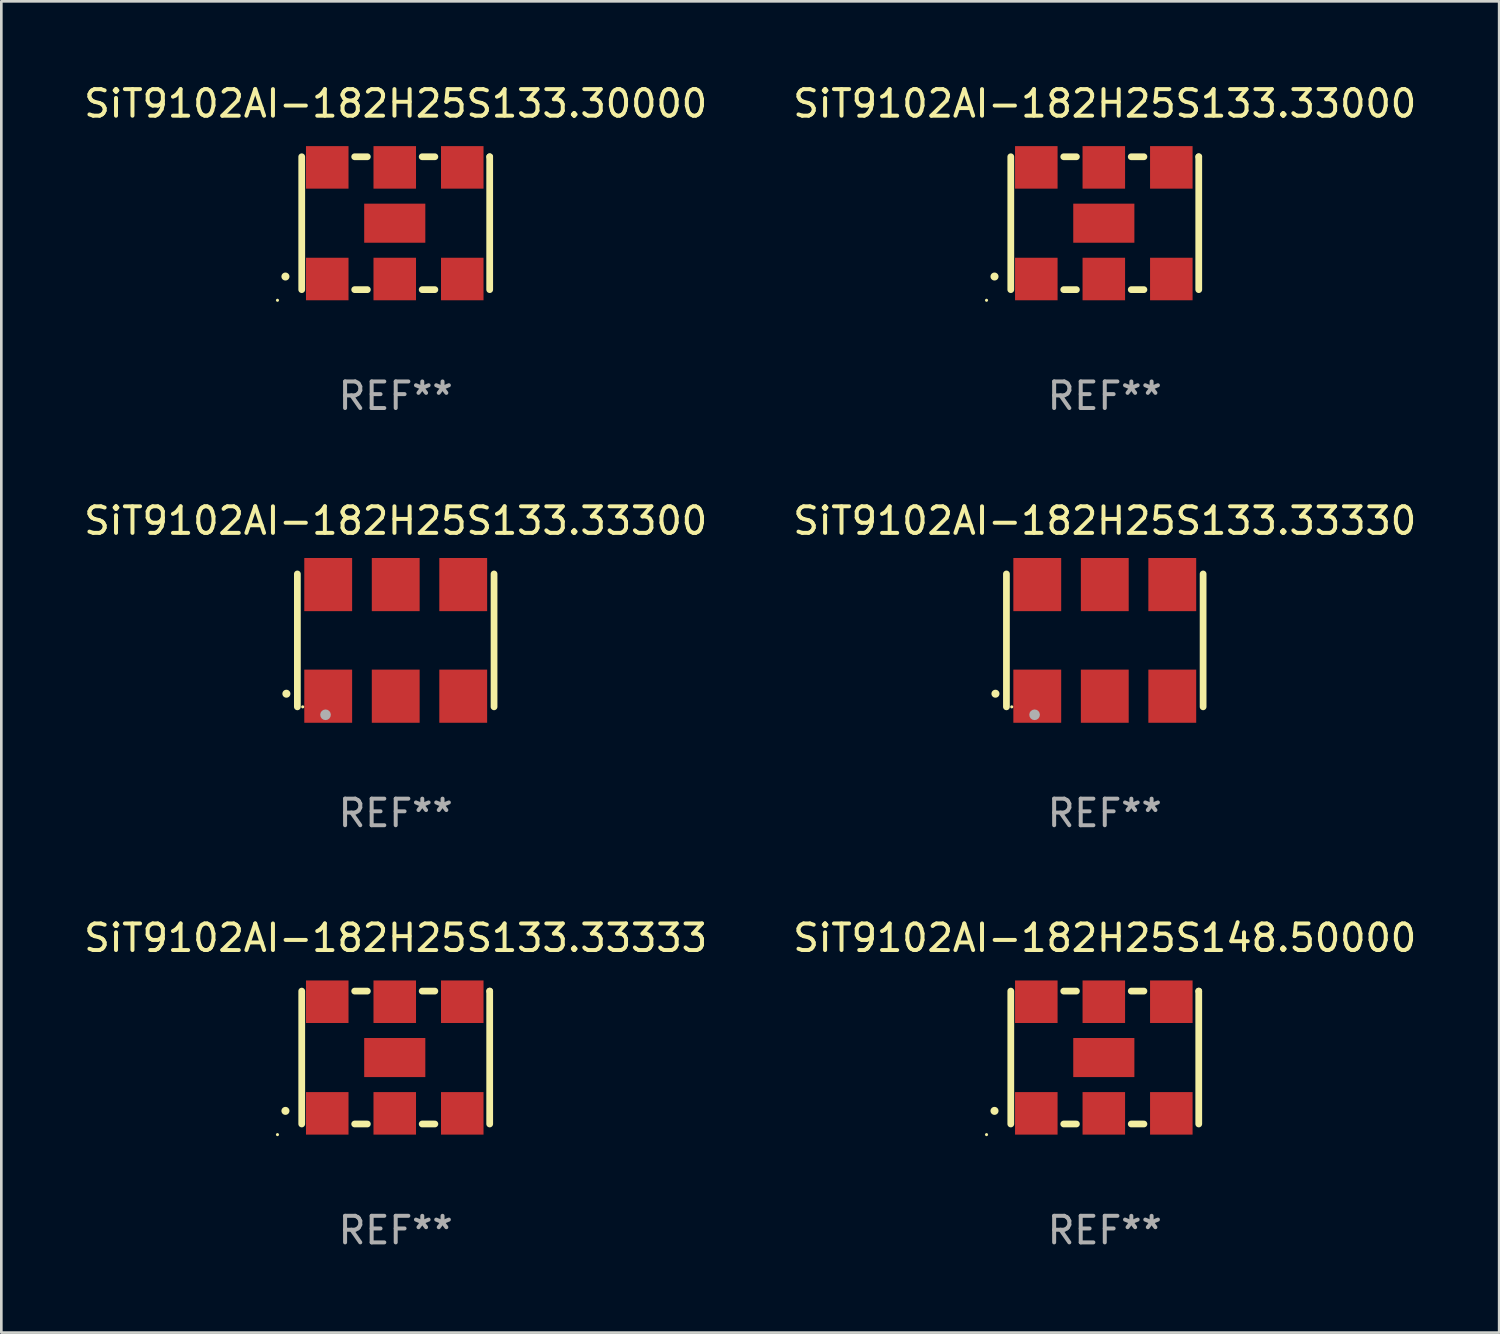
<source format=kicad_pcb>
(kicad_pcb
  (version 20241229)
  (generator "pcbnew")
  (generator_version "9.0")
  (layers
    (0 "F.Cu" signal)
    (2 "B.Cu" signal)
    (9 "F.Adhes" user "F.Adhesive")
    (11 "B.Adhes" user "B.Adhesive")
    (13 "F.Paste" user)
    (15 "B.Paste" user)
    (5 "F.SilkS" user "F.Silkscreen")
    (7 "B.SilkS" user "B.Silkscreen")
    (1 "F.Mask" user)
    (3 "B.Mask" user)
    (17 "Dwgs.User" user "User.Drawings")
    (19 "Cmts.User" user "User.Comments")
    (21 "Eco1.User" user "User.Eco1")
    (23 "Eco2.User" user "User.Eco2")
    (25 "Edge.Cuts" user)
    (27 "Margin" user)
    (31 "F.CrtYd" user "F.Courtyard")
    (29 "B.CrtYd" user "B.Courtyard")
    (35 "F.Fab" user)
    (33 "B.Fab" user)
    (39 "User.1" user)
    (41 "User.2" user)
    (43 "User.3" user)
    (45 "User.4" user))
  (footprint "SiT9102AI-182H25S133.33000"
    (layer "F.Cu")
    (at 38.518 5.348)
    (property "Reference" "SiT9102AI-182H25S133.33000" (at 0 -4.5 0) (layer "F.SilkS") (effects (font (size 1 1) (thickness 0.15))))
    (attr through_hole)
    (fp_line (start -3.536 -2.5) (end -3.536 2.5) (stroke (width 0.254) (type solid)) (layer "F.SilkS"))
    (fp_line (start -1.544 2.5) (end -1.067 2.5) (stroke (width 0.254) (type solid)) (layer "F.SilkS"))
    (fp_line (start -1.067 -2.5) (end -1.544 -2.5) (stroke (width 0.254) (type solid)) (layer "F.SilkS"))
    (fp_line (start 0.996 2.5) (end 1.473 2.5) (stroke (width 0.254) (type solid)) (layer "F.SilkS"))
    (fp_line (start 1.473 -2.5) (end 0.996 -2.5) (stroke (width 0.254) (type solid)) (layer "F.SilkS"))
    (fp_line (start 3.536 -2.5) (end 3.536 -2.5) (stroke (width 0.254) (type solid)) (layer "F.SilkS"))
    (fp_line (start 3.536 2.5) (end 3.536 -2.5) (stroke (width 0.254) (type solid)) (layer "F.SilkS"))
    (fp_arc (start -4.150432 2.006604) (mid -4.149162 2.006599) (end -4.147892 2.006604) (stroke (width 0.3) (type solid)) (layer "F.SilkS"))
    (fp_circle (center -4.449 2.9) (end -4.419 2.9) (stroke (width 0.06) (type solid)) (fill no) (layer "F.SilkS"))
    (fp_text user "REF**" (at 0 6.5 0) (layer "F.Fab") (effects (font (size 1 1) (thickness 0.15))))
    (pad "1" smd rect (at -2.576 2.1) (size 1.6 1.6) (layers "F.Cu" "F.Mask" "F.Paste"))
    (pad "2" smd rect (at -0.036 2.1) (size 1.6 1.6) (layers "F.Cu" "F.Mask" "F.Paste"))
    (pad "3" smd rect (at 2.504 2.1) (size 1.6 1.6) (layers "F.Cu" "F.Mask" "F.Paste"))
    (pad "4" smd rect (at 2.504 -2.1) (size 1.6 1.6) (layers "F.Cu" "F.Mask" "F.Paste"))
    (pad "5" smd rect (at -0.036 -2.1) (size 1.6 1.6) (layers "F.Cu" "F.Mask" "F.Paste"))
    (pad "6" smd rect (at -2.576 -2.1) (size 1.6 1.6) (layers "F.Cu" "F.Mask" "F.Paste"))
    (pad "7" smd rect (at -0.036 0) (size 2.3 1.47) (layers "F.Cu" "F.Mask" "F.Paste")))
  (footprint "SiT9102AI-182H25S133.33330"
    (layer "F.Cu")
    (at 38.518 21.045)
    (property "Reference" "SiT9102AI-182H25S133.33330" (at 0 -4.5 0) (layer "F.SilkS") (effects (font (size 1 1) (thickness 0.15))))
    (attr through_hole)
    (fp_line (start -3.7 -2.5) (end -3.7 2.5) (stroke (width 0.254) (type solid)) (layer "F.SilkS"))
    (fp_line (start 3.7 -2.5) (end 3.7 2.5) (stroke (width 0.254) (type solid)) (layer "F.SilkS"))
    (fp_arc (start -4.114415 2.006604) (mid -4.113145 2.006599) (end -4.111875 2.006604) (stroke (width 0.3) (type solid)) (layer "F.SilkS"))
    (fp_circle (center -3.5 2.501) (end -3.47 2.501) (stroke (width 0.06) (type solid)) (fill no) (layer "F.SilkS"))
    (fp_circle (center -2.641 2.799) (end -2.541 2.799) (stroke (width 0.2) (type solid)) (fill no) (layer "F.Fab"))
    (fp_text user "REF**" (at 0 6.5 0) (layer "F.Fab") (effects (font (size 1 1) (thickness 0.15))))
    (pad "1" smd rect (at -2.54 2.1) (size 1.8 2) (layers "F.Cu" "F.Mask" "F.Paste"))
    (pad "2" smd rect (at 0.000394 2.1) (size 1.8 2) (layers "F.Cu" "F.Mask" "F.Paste"))
    (pad "3" smd rect (at 2.54 2.1) (size 1.8 2) (layers "F.Cu" "F.Mask" "F.Paste"))
    (pad "4" smd rect (at 2.54 -2.1) (size 1.8 2) (layers "F.Cu" "F.Mask" "F.Paste"))
    (pad "5" smd rect (at 0.000394 -2.1) (size 1.8 2) (layers "F.Cu" "F.Mask" "F.Paste"))
    (pad "6" smd rect (at -2.54 -2.1) (size 1.8 2) (layers "F.Cu" "F.Mask" "F.Paste")))
  (footprint "SiT9102AI-182H25S133.33300"
    (layer "F.Cu")
    (at 11.839 21.045)
    (property "Reference" "SiT9102AI-182H25S133.33300" (at 0 -4.5 0) (layer "F.SilkS") (effects (font (size 1 1) (thickness 0.15))))
    (attr through_hole)
    (fp_line (start -3.7 -2.5) (end -3.7 2.5) (stroke (width 0.254) (type solid)) (layer "F.SilkS"))
    (fp_line (start 3.7 -2.5) (end 3.7 2.5) (stroke (width 0.254) (type solid)) (layer "F.SilkS"))
    (fp_arc (start -4.114415 2.006604) (mid -4.113145 2.006599) (end -4.111875 2.006604) (stroke (width 0.3) (type solid)) (layer "F.SilkS"))
    (fp_circle (center -3.5 2.501) (end -3.47 2.501) (stroke (width 0.06) (type solid)) (fill no) (layer "F.SilkS"))
    (fp_circle (center -2.641 2.799) (end -2.541 2.799) (stroke (width 0.2) (type solid)) (fill no) (layer "F.Fab"))
    (fp_text user "REF**" (at 0 6.5 0) (layer "F.Fab") (effects (font (size 1 1) (thickness 0.15))))
    (pad "1" smd rect (at -2.54 2.1) (size 1.8 2) (layers "F.Cu" "F.Mask" "F.Paste"))
    (pad "2" smd rect (at 0.000394 2.1) (size 1.8 2) (layers "F.Cu" "F.Mask" "F.Paste"))
    (pad "3" smd rect (at 2.54 2.1) (size 1.8 2) (layers "F.Cu" "F.Mask" "F.Paste"))
    (pad "4" smd rect (at 2.54 -2.1) (size 1.8 2) (layers "F.Cu" "F.Mask" "F.Paste"))
    (pad "5" smd rect (at 0.000394 -2.1) (size 1.8 2) (layers "F.Cu" "F.Mask" "F.Paste"))
    (pad "6" smd rect (at -2.54 -2.1) (size 1.8 2) (layers "F.Cu" "F.Mask" "F.Paste")))
  (footprint "SiT9102AI-182H25S148.50000"
    (layer "F.Cu")
    (at 38.518 36.741)
    (property "Reference" "SiT9102AI-182H25S148.50000" (at 0 -4.5 0) (layer "F.SilkS") (effects (font (size 1 1) (thickness 0.15))))
    (attr through_hole)
    (fp_line (start -3.536 -2.5) (end -3.536 2.5) (stroke (width 0.254) (type solid)) (layer "F.SilkS"))
    (fp_line (start -1.544 2.5) (end -1.067 2.5) (stroke (width 0.254) (type solid)) (layer "F.SilkS"))
    (fp_line (start -1.067 -2.5) (end -1.544 -2.5) (stroke (width 0.254) (type solid)) (layer "F.SilkS"))
    (fp_line (start 0.996 2.5) (end 1.473 2.5) (stroke (width 0.254) (type solid)) (layer "F.SilkS"))
    (fp_line (start 1.473 -2.5) (end 0.996 -2.5) (stroke (width 0.254) (type solid)) (layer "F.SilkS"))
    (fp_line (start 3.536 -2.5) (end 3.536 -2.5) (stroke (width 0.254) (type solid)) (layer "F.SilkS"))
    (fp_line (start 3.536 2.5) (end 3.536 -2.5) (stroke (width 0.254) (type solid)) (layer "F.SilkS"))
    (fp_arc (start -4.150432 2.006604) (mid -4.149162 2.006599) (end -4.147892 2.006604) (stroke (width 0.3) (type solid)) (layer "F.SilkS"))
    (fp_circle (center -4.449 2.9) (end -4.419 2.9) (stroke (width 0.06) (type solid)) (fill no) (layer "F.SilkS"))
    (fp_text user "REF**" (at 0 6.5 0) (layer "F.Fab") (effects (font (size 1 1) (thickness 0.15))))
    (pad "1" smd rect (at -2.576 2.1) (size 1.6 1.6) (layers "F.Cu" "F.Mask" "F.Paste"))
    (pad "2" smd rect (at -0.036 2.1) (size 1.6 1.6) (layers "F.Cu" "F.Mask" "F.Paste"))
    (pad "3" smd rect (at 2.504 2.1) (size 1.6 1.6) (layers "F.Cu" "F.Mask" "F.Paste"))
    (pad "4" smd rect (at 2.504 -2.1) (size 1.6 1.6) (layers "F.Cu" "F.Mask" "F.Paste"))
    (pad "5" smd rect (at -0.036 -2.1) (size 1.6 1.6) (layers "F.Cu" "F.Mask" "F.Paste"))
    (pad "6" smd rect (at -2.576 -2.1) (size 1.6 1.6) (layers "F.Cu" "F.Mask" "F.Paste"))
    (pad "7" smd rect (at -0.036 0) (size 2.3 1.47) (layers "F.Cu" "F.Mask" "F.Paste")))
  (footprint "SiT9102AI-182H25S133.30000"
    (layer "F.Cu")
    (at 11.839 5.348)
    (property "Reference" "SiT9102AI-182H25S133.30000" (at 0 -4.5 0) (layer "F.SilkS") (effects (font (size 1 1) (thickness 0.15))))
    (attr through_hole)
    (fp_line (start -3.536 -2.5) (end -3.536 2.5) (stroke (width 0.254) (type solid)) (layer "F.SilkS"))
    (fp_line (start -1.544 2.5) (end -1.067 2.5) (stroke (width 0.254) (type solid)) (layer "F.SilkS"))
    (fp_line (start -1.067 -2.5) (end -1.544 -2.5) (stroke (width 0.254) (type solid)) (layer "F.SilkS"))
    (fp_line (start 0.996 2.5) (end 1.473 2.5) (stroke (width 0.254) (type solid)) (layer "F.SilkS"))
    (fp_line (start 1.473 -2.5) (end 0.996 -2.5) (stroke (width 0.254) (type solid)) (layer "F.SilkS"))
    (fp_line (start 3.536 -2.5) (end 3.536 -2.5) (stroke (width 0.254) (type solid)) (layer "F.SilkS"))
    (fp_line (start 3.536 2.5) (end 3.536 -2.5) (stroke (width 0.254) (type solid)) (layer "F.SilkS"))
    (fp_arc (start -4.150432 2.006604) (mid -4.149162 2.006599) (end -4.147892 2.006604) (stroke (width 0.3) (type solid)) (layer "F.SilkS"))
    (fp_circle (center -4.449 2.9) (end -4.419 2.9) (stroke (width 0.06) (type solid)) (fill no) (layer "F.SilkS"))
    (fp_text user "REF**" (at 0 6.5 0) (layer "F.Fab") (effects (font (size 1 1) (thickness 0.15))))
    (pad "1" smd rect (at -2.576 2.1) (size 1.6 1.6) (layers "F.Cu" "F.Mask" "F.Paste"))
    (pad "2" smd rect (at -0.036 2.1) (size 1.6 1.6) (layers "F.Cu" "F.Mask" "F.Paste"))
    (pad "3" smd rect (at 2.504 2.1) (size 1.6 1.6) (layers "F.Cu" "F.Mask" "F.Paste"))
    (pad "4" smd rect (at 2.504 -2.1) (size 1.6 1.6) (layers "F.Cu" "F.Mask" "F.Paste"))
    (pad "5" smd rect (at -0.036 -2.1) (size 1.6 1.6) (layers "F.Cu" "F.Mask" "F.Paste"))
    (pad "6" smd rect (at -2.576 -2.1) (size 1.6 1.6) (layers "F.Cu" "F.Mask" "F.Paste"))
    (pad "7" smd rect (at -0.036 0) (size 2.3 1.47) (layers "F.Cu" "F.Mask" "F.Paste")))
  (footprint "SiT9102AI-182H25S133.33333"
    (layer "F.Cu")
    (at 11.839 36.741)
    (property "Reference" "SiT9102AI-182H25S133.33333" (at 0 -4.5 0) (layer "F.SilkS") (effects (font (size 1 1) (thickness 0.15))))
    (attr through_hole)
    (fp_line (start -3.536 -2.5) (end -3.536 2.5) (stroke (width 0.254) (type solid)) (layer "F.SilkS"))
    (fp_line (start -1.544 2.5) (end -1.067 2.5) (stroke (width 0.254) (type solid)) (layer "F.SilkS"))
    (fp_line (start -1.067 -2.5) (end -1.544 -2.5) (stroke (width 0.254) (type solid)) (layer "F.SilkS"))
    (fp_line (start 0.996 2.5) (end 1.473 2.5) (stroke (width 0.254) (type solid)) (layer "F.SilkS"))
    (fp_line (start 1.473 -2.5) (end 0.996 -2.5) (stroke (width 0.254) (type solid)) (layer "F.SilkS"))
    (fp_line (start 3.536 -2.5) (end 3.536 -2.5) (stroke (width 0.254) (type solid)) (layer "F.SilkS"))
    (fp_line (start 3.536 2.5) (end 3.536 -2.5) (stroke (width 0.254) (type solid)) (layer "F.SilkS"))
    (fp_arc (start -4.150432 2.006604) (mid -4.149162 2.006599) (end -4.147892 2.006604) (stroke (width 0.3) (type solid)) (layer "F.SilkS"))
    (fp_circle (center -4.449 2.9) (end -4.419 2.9) (stroke (width 0.06) (type solid)) (fill no) (layer "F.SilkS"))
    (fp_text user "REF**" (at 0 6.5 0) (layer "F.Fab") (effects (font (size 1 1) (thickness 0.15))))
    (pad "1" smd rect (at -2.576 2.1) (size 1.6 1.6) (layers "F.Cu" "F.Mask" "F.Paste"))
    (pad "2" smd rect (at -0.036 2.1) (size 1.6 1.6) (layers "F.Cu" "F.Mask" "F.Paste"))
    (pad "3" smd rect (at 2.504 2.1) (size 1.6 1.6) (layers "F.Cu" "F.Mask" "F.Paste"))
    (pad "4" smd rect (at 2.504 -2.1) (size 1.6 1.6) (layers "F.Cu" "F.Mask" "F.Paste"))
    (pad "5" smd rect (at -0.036 -2.1) (size 1.6 1.6) (layers "F.Cu" "F.Mask" "F.Paste"))
    (pad "6" smd rect (at -2.576 -2.1) (size 1.6 1.6) (layers "F.Cu" "F.Mask" "F.Paste"))
    (pad "7" smd rect (at -0.036 0) (size 2.3 1.47) (layers "F.Cu" "F.Mask" "F.Paste")))
  (gr_rect
    (start -3 -3)
    (end 53.357 47.09)
    (stroke (width 0.1) (type default))
    (fill no)
    (layer "Edge.Cuts")))
</source>
